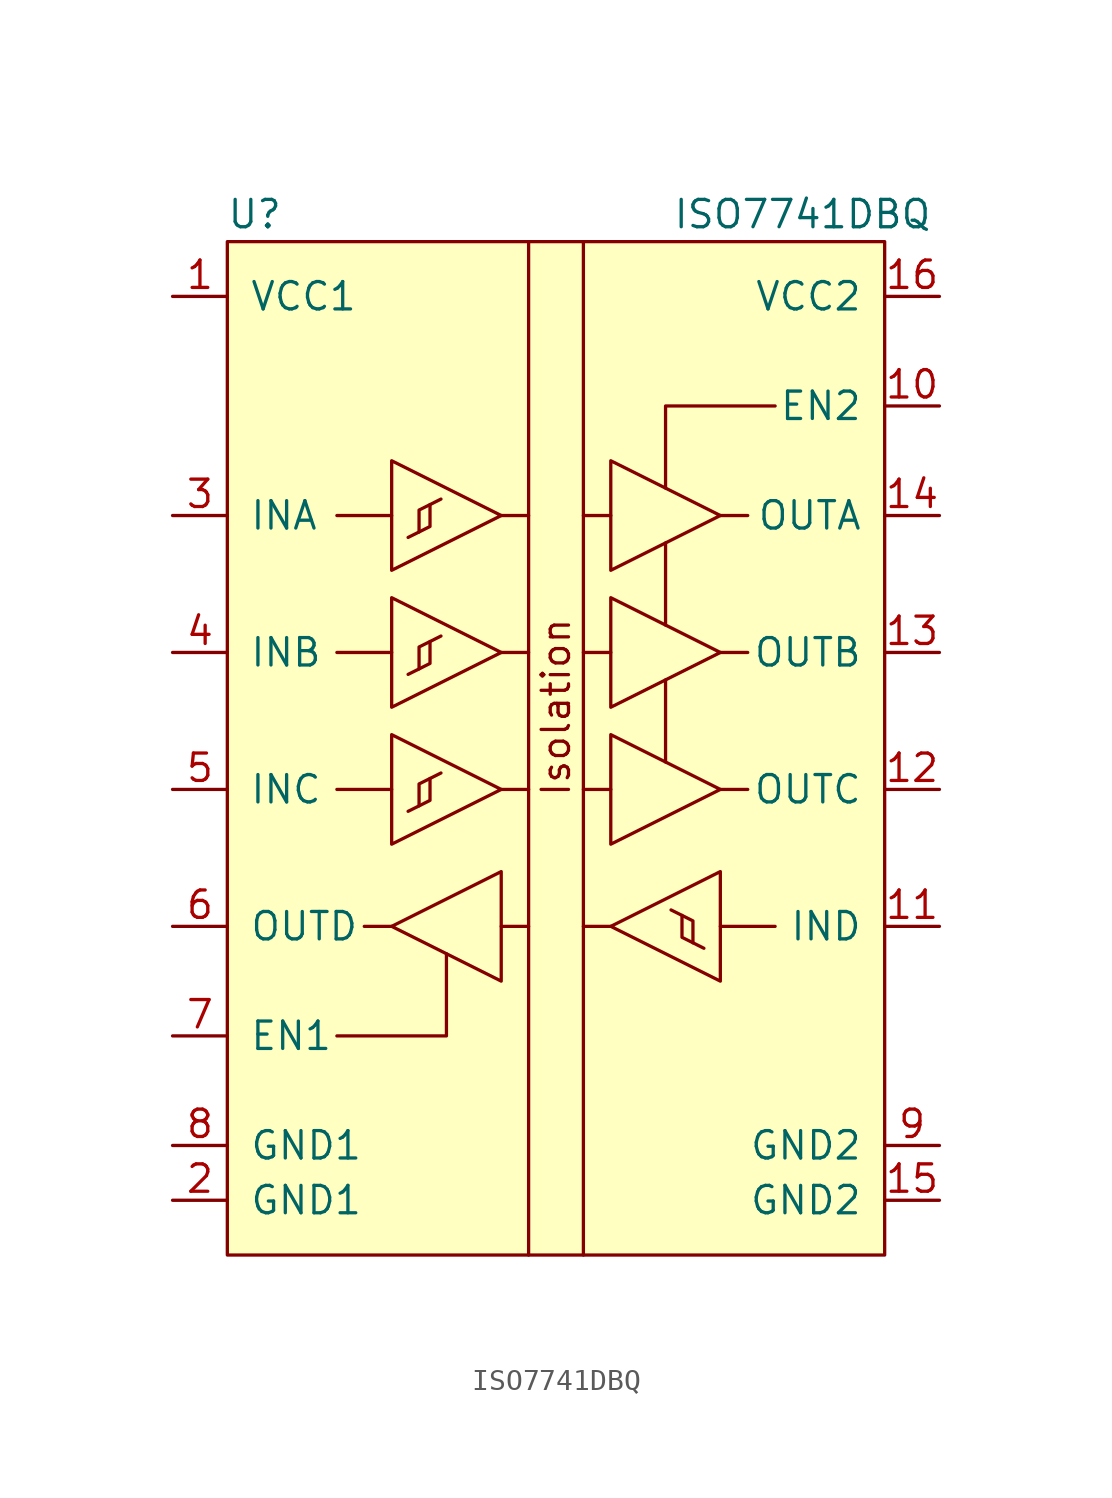
<source format=kicad_sym>
(kicad_symbol_lib
  (version 20201005)
  (generator kicad_symbol_editor)
  (symbol "ISO7741DBQ"
    (pin_names
      (offset 1.016))
    (property "Reference" "U"
      (at -13.97 22.86 0)
      (effects (font (size 1.27 1.27))))
    (property "Value" "ISO7741DBQ"
      (at 11.43 22.86 0)
      (effects (font (size 1.27 1.27))))
    (symbol "ISO7741DBQ_0_0"
      (text "Isolation" (at 0 0 900) (effects (font (size 1.27 1.27))))
      (rectangle (start -15.24 21.59) (end 15.24 -25.4) (stroke (width 0)) (fill (type background)))
      (polyline (pts (xy -7.62 -10.16) (xy -8.89 -10.16)) (stroke (width 0)) (fill (type none)))
      (polyline (pts (xy -7.62 -3.81) (xy -10.16 -3.81)) (stroke (width 0)) (fill (type none)))
      (polyline (pts (xy -7.62 2.54) (xy -10.16 2.54)) (stroke (width 0)) (fill (type none)))
      (polyline (pts (xy -7.62 8.89) (xy -10.16 8.89)) (stroke (width 0)) (fill (type none)))
      (polyline (pts (xy -2.54 -10.16) (xy -1.27 -10.16)) (stroke (width 0)) (fill (type none)))
      (polyline (pts (xy -2.54 -3.81) (xy -1.27 -3.81)) (stroke (width 0)) (fill (type none)))
      (polyline (pts (xy -2.54 2.54) (xy -1.27 2.54)) (stroke (width 0)) (fill (type none)))
      (polyline (pts (xy -2.54 8.89) (xy -1.27 8.89)) (stroke (width 0)) (fill (type none)))
      (polyline (pts (xy -1.27 21.59) (xy -1.27 -25.4)) (stroke (width 0)) (fill (type none)))
      (polyline (pts (xy 1.27 -25.4) (xy 1.27 21.59)) (stroke (width 0)) (fill (type none)))
      (polyline (pts (xy 1.27 -10.16) (xy 2.54 -10.16)) (stroke (width 0)) (fill (type none)))
      (polyline (pts (xy 1.27 -3.81) (xy 2.54 -3.81)) (stroke (width 0)) (fill (type none)))
      (polyline (pts (xy 1.27 2.54) (xy 2.54 2.54)) (stroke (width 0)) (fill (type none)))
      (polyline (pts (xy 1.27 8.89) (xy 2.54 8.89)) (stroke (width 0)) (fill (type none)))
      (polyline (pts (xy 5.08 -2.54) (xy 5.08 1.27)) (stroke (width 0)) (fill (type none)))
      (polyline (pts (xy 5.08 3.81) (xy 5.08 7.62)) (stroke (width 0)) (fill (type none)))
      (polyline (pts (xy 7.62 -3.81) (xy 8.89 -3.81)) (stroke (width 0)) (fill (type none)))
      (polyline (pts (xy 7.62 2.54) (xy 8.89 2.54)) (stroke (width 0)) (fill (type none)))
      (polyline (pts (xy 7.62 8.89) (xy 8.89 8.89)) (stroke (width 0)) (fill (type none)))
      (polyline (pts (xy 10.16 -10.16) (xy 7.62 -10.16)) (stroke (width 0)) (fill (type none)))
      (polyline (pts (xy -5.08 -11.43) (xy -5.08 -15.24) (xy -10.16 -15.24)) (stroke (width 0)) (fill (type none)))
      (polyline (pts (xy 10.16 13.97) (xy 5.08 13.97) (xy 5.08 10.16)) (stroke (width 0)) (fill (type none))))
    (symbol "ISO7741DBQ_1_1"
      (polyline (pts (xy -6.858 -4.826) (xy -5.842 -4.318) (xy -5.842 -3.302)) (stroke (width 0)) (fill (type none)))
      (polyline (pts (xy -6.858 1.524) (xy -5.842 2.032) (xy -5.842 3.048)) (stroke (width 0)) (fill (type none)))
      (polyline (pts (xy -6.858 7.874) (xy -5.842 8.382) (xy -5.842 9.398)) (stroke (width 0)) (fill (type none)))
      (polyline (pts (xy -6.35 -4.572) (xy -6.35 -3.556) (xy -5.334 -3.048)) (stroke (width 0)) (fill (type none)))
      (polyline (pts (xy -6.35 1.778) (xy -6.35 2.794) (xy -5.334 3.302)) (stroke (width 0)) (fill (type none)))
      (polyline (pts (xy -6.35 8.128) (xy -6.35 9.144) (xy -5.334 9.652)) (stroke (width 0)) (fill (type none)))
      (polyline (pts (xy 6.35 -10.922) (xy 6.35 -9.906) (xy 5.334 -9.398)) (stroke (width 0)) (fill (type none)))
      (polyline (pts (xy 6.858 -11.176) (xy 5.842 -10.668) (xy 5.842 -9.652)) (stroke (width 0)) (fill (type none)))
      (polyline (pts (xy -7.62 -1.27) (xy -7.62 -6.35) (xy -2.54 -3.81) (xy -7.62 -1.27)) (stroke (width 0)) (fill (type background)))
      (polyline (pts (xy -7.62 5.08) (xy -7.62 0) (xy -2.54 2.54) (xy -7.62 5.08)) (stroke (width 0)) (fill (type background)))
      (polyline (pts (xy -7.62 11.43) (xy -7.62 6.35) (xy -2.54 8.89) (xy -7.62 11.43)) (stroke (width 0)) (fill (type background)))
      (polyline (pts (xy -2.54 -7.62) (xy -2.54 -12.7) (xy -7.62 -10.16) (xy -2.54 -7.62)) (stroke (width 0)) (fill (type background)))
      (polyline (pts (xy 2.54 -1.27) (xy 2.54 -6.35) (xy 7.62 -3.81) (xy 2.54 -1.27)) (stroke (width 0)) (fill (type background)))
      (polyline (pts (xy 2.54 5.08) (xy 2.54 0) (xy 7.62 2.54) (xy 2.54 5.08)) (stroke (width 0)) (fill (type background)))
      (polyline (pts (xy 2.54 11.43) (xy 2.54 6.35) (xy 7.62 8.89) (xy 2.54 11.43)) (stroke (width 0)) (fill (type background)))
      (polyline (pts (xy 7.62 -7.62) (xy 7.62 -12.7) (xy 2.54 -10.16) (xy 7.62 -7.62)) (stroke (width 0)) (fill (type background)))
      (pin power_in line (at -17.78 19.05 0) (length 2.54) (name "VCC1" (effects (font (size 1.27 1.27)))) (number "1" (effects (font (size 1.27 1.27)))))
      (pin input line (at 17.78 13.97 180) (length 2.54) (name "EN2" (effects (font (size 1.27 1.27)))) (number "10" (effects (font (size 1.27 1.27)))))
      (pin input line (at 17.78 -10.16 180) (length 2.54) (name "IND" (effects (font (size 1.27 1.27)))) (number "11" (effects (font (size 1.27 1.27)))))
      (pin output line (at 17.78 -3.81 180) (length 2.54) (name "OUTC" (effects (font (size 1.27 1.27)))) (number "12" (effects (font (size 1.27 1.27)))))
      (pin output line (at 17.78 2.54 180) (length 2.54) (name "OUTB" (effects (font (size 1.27 1.27)))) (number "13" (effects (font (size 1.27 1.27)))))
      (pin output line (at 17.78 8.89 180) (length 2.54) (name "OUTA" (effects (font (size 1.27 1.27)))) (number "14" (effects (font (size 1.27 1.27)))))
      (pin power_in line (at 17.78 -22.86 180) (length 2.54) (name "GND2" (effects (font (size 1.27 1.27)))) (number "15" (effects (font (size 1.27 1.27)))))
      (pin power_in line (at 17.78 19.05 180) (length 2.54) (name "VCC2" (effects (font (size 1.27 1.27)))) (number "16" (effects (font (size 1.27 1.27)))))
      (pin power_in line (at -17.78 -22.86 0) (length 2.54) (name "GND1" (effects (font (size 1.27 1.27)))) (number "2" (effects (font (size 1.27 1.27)))))
      (pin input line (at -17.78 8.89 0) (length 2.54) (name "INA" (effects (font (size 1.27 1.27)))) (number "3" (effects (font (size 1.27 1.27)))))
      (pin input line (at -17.78 2.54 0) (length 2.54) (name "INB" (effects (font (size 1.27 1.27)))) (number "4" (effects (font (size 1.27 1.27)))))
      (pin input line (at -17.78 -3.81 0) (length 2.54) (name "INC" (effects (font (size 1.27 1.27)))) (number "5" (effects (font (size 1.27 1.27)))))
      (pin output line (at -17.78 -10.16 0) (length 2.54) (name "OUTD" (effects (font (size 1.27 1.27)))) (number "6" (effects (font (size 1.27 1.27)))))
      (pin input line (at -17.78 -15.24 0) (length 2.54) (name "EN1" (effects (font (size 1.27 1.27)))) (number "7" (effects (font (size 1.27 1.27)))))
      (pin power_in line (at -17.78 -20.32 0) (length 2.54) (name "GND1" (effects (font (size 1.27 1.27)))) (number "8" (effects (font (size 1.27 1.27)))))
      (pin power_in line (at 17.78 -20.32 180) (length 2.54) (name "GND2" (effects (font (size 1.27 1.27)))) (number "9" (effects (font (size 1.27 1.27))))))))
</source>
